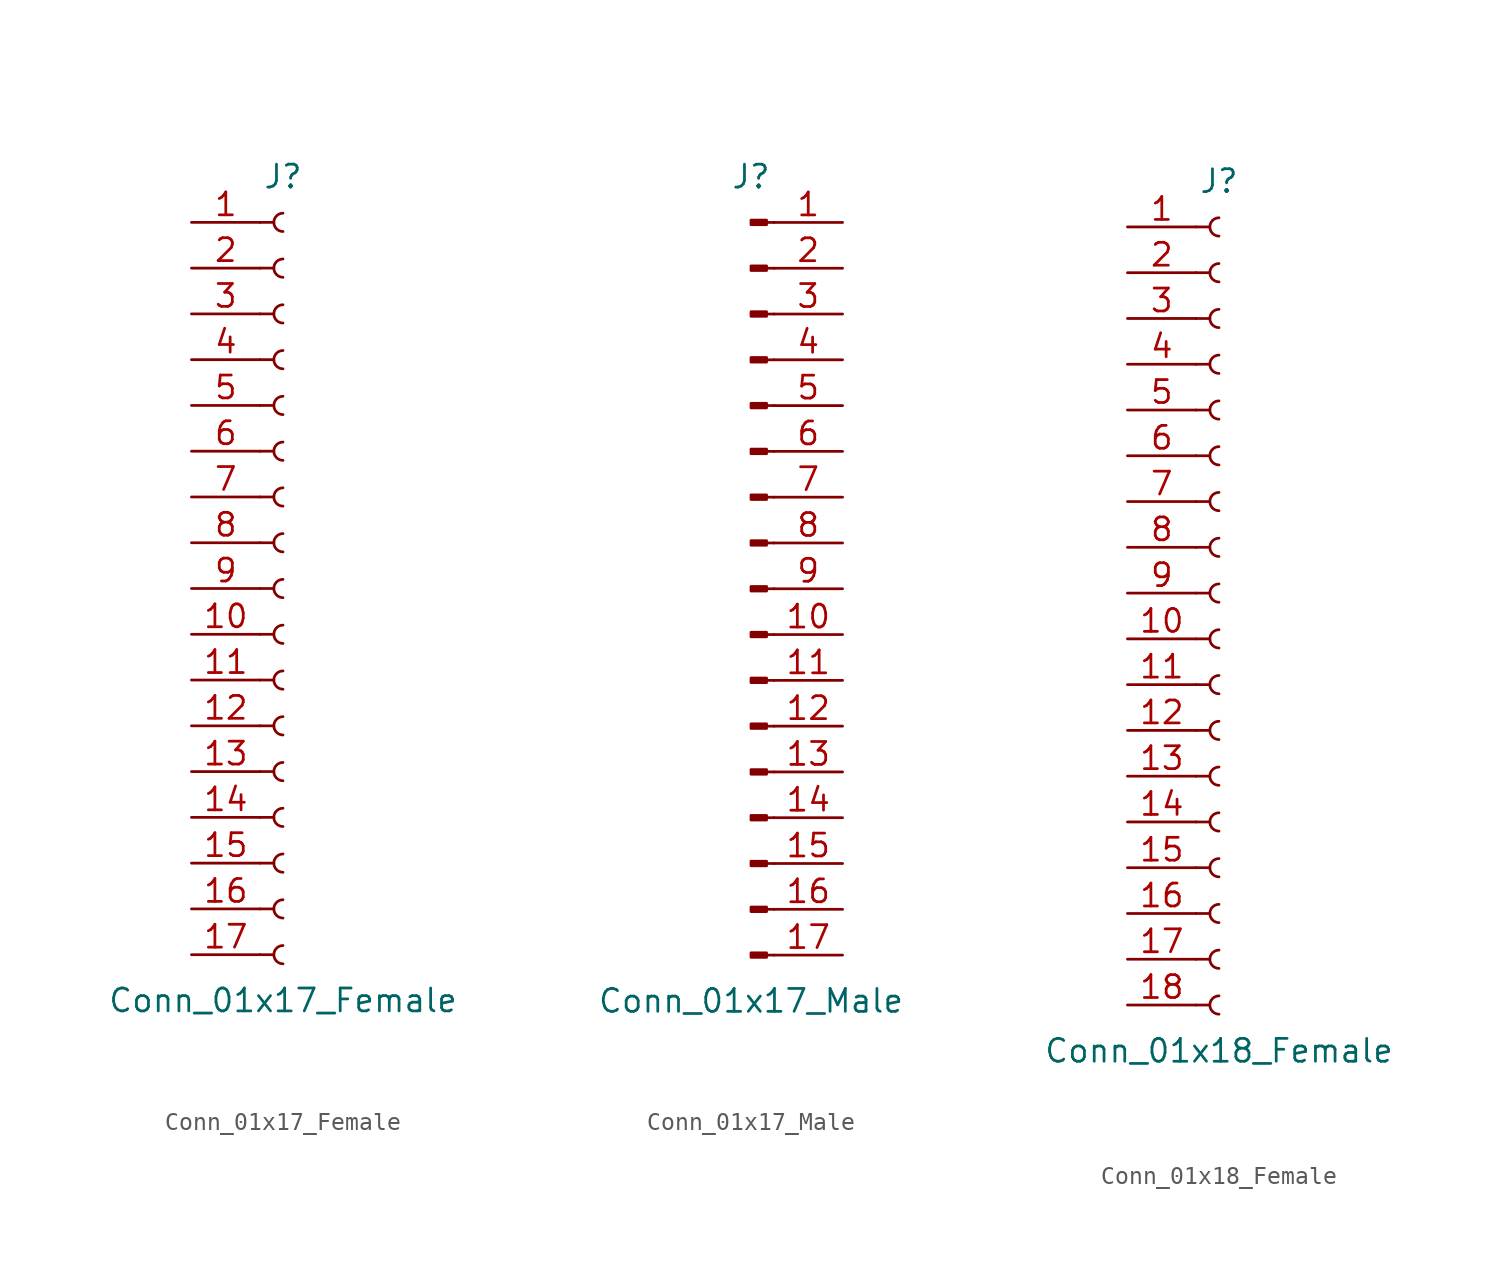
<source format=kicad_sym>
(kicad_symbol_lib
  (version 20201005)
  (generator kicad_symbol_editor)
  (symbol "Connector:Conn_01x17_Female"
    (pin_names
      (offset 1.016) hide)
    (property "Reference" "J"
      (at 0 22.86 0)
      (effects (font (size 1.27 1.27))))
    (property "Value" "Conn_01x17_Female"
      (at 0 -22.86 0)
      (effects (font (size 1.27 1.27))))
    (symbol "Conn_01x17_Female_1_1"
      (arc (start 0 -19.812) (end 0 -20.828) (radius (at 0 -20.32) (length 0.508) (angles 90.1 -90.1)) (stroke (width 0.1524)) (fill (type none)))
      (arc (start 0 -17.272) (end 0 -18.288) (radius (at 0 -17.78) (length 0.508) (angles 90.1 -90.1)) (stroke (width 0.1524)) (fill (type none)))
      (arc (start 0 -14.732) (end 0 -15.748) (radius (at 0 -15.24) (length 0.508) (angles 90.1 -90.1)) (stroke (width 0.1524)) (fill (type none)))
      (arc (start 0 -12.192) (end 0 -13.208) (radius (at 0 -12.7) (length 0.508) (angles 90.1 -90.1)) (stroke (width 0.1524)) (fill (type none)))
      (arc (start 0 -9.652) (end 0 -10.668) (radius (at 0 -10.16) (length 0.508) (angles 90.1 -90.1)) (stroke (width 0.1524)) (fill (type none)))
      (arc (start 0 -7.112) (end 0 -8.128) (radius (at 0 -7.62) (length 0.508) (angles 90.1 -90.1)) (stroke (width 0.1524)) (fill (type none)))
      (arc (start 0 -4.572) (end 0 -5.588) (radius (at 0 -5.08) (length 0.508) (angles 90.1 -90.1)) (stroke (width 0.1524)) (fill (type none)))
      (arc (start 0 -2.032) (end 0 -3.048) (radius (at 0 -2.54) (length 0.508) (angles 90.1 -90.1)) (stroke (width 0.1524)) (fill (type none)))
      (arc (start 0 0.508) (end 0 -0.508) (radius (at 0 0) (length 0.508) (angles 90.1 -90.1)) (stroke (width 0.1524)) (fill (type none)))
      (arc (start 0 3.048) (end 0 2.032) (radius (at 0 2.54) (length 0.508) (angles 90.1 -90.1)) (stroke (width 0.1524)) (fill (type none)))
      (arc (start 0 5.588) (end 0 4.572) (radius (at 0 5.08) (length 0.508) (angles 90.1 -90.1)) (stroke (width 0.1524)) (fill (type none)))
      (arc (start 0 8.128) (end 0 7.112) (radius (at 0 7.62) (length 0.508) (angles 90.1 -90.1)) (stroke (width 0.1524)) (fill (type none)))
      (arc (start 0 10.668) (end 0 9.652) (radius (at 0 10.16) (length 0.508) (angles 90.1 -90.1)) (stroke (width 0.1524)) (fill (type none)))
      (arc (start 0 13.208) (end 0 12.192) (radius (at 0 12.7) (length 0.508) (angles 90.1 -90.1)) (stroke (width 0.1524)) (fill (type none)))
      (arc (start 0 15.748) (end 0 14.732) (radius (at 0 15.24) (length 0.508) (angles 90.1 -90.1)) (stroke (width 0.1524)) (fill (type none)))
      (arc (start 0 18.288) (end 0 17.272) (radius (at 0 17.78) (length 0.508) (angles 90.1 -90.1)) (stroke (width 0.1524)) (fill (type none)))
      (arc (start 0 20.828) (end 0 19.812) (radius (at 0 20.32) (length 0.508) (angles 90.1 -90.1)) (stroke (width 0.1524)) (fill (type none)))
      (polyline (pts (xy -1.27 -20.32) (xy -0.508 -20.32)) (stroke (width 0.152)) (fill (type none)))
      (polyline (pts (xy -1.27 -17.78) (xy -0.508 -17.78)) (stroke (width 0.152)) (fill (type none)))
      (polyline (pts (xy -1.27 -15.24) (xy -0.508 -15.24)) (stroke (width 0.152)) (fill (type none)))
      (polyline (pts (xy -1.27 -12.7) (xy -0.508 -12.7)) (stroke (width 0.152)) (fill (type none)))
      (polyline (pts (xy -1.27 -10.16) (xy -0.508 -10.16)) (stroke (width 0.152)) (fill (type none)))
      (polyline (pts (xy -1.27 -7.62) (xy -0.508 -7.62)) (stroke (width 0.152)) (fill (type none)))
      (polyline (pts (xy -1.27 -5.08) (xy -0.508 -5.08)) (stroke (width 0.152)) (fill (type none)))
      (polyline (pts (xy -1.27 -2.54) (xy -0.508 -2.54)) (stroke (width 0.152)) (fill (type none)))
      (polyline (pts (xy -1.27 0) (xy -0.508 0)) (stroke (width 0.152)) (fill (type none)))
      (polyline (pts (xy -1.27 2.54) (xy -0.508 2.54)) (stroke (width 0.152)) (fill (type none)))
      (polyline (pts (xy -1.27 5.08) (xy -0.508 5.08)) (stroke (width 0.152)) (fill (type none)))
      (polyline (pts (xy -1.27 7.62) (xy -0.508 7.62)) (stroke (width 0.152)) (fill (type none)))
      (polyline (pts (xy -1.27 10.16) (xy -0.508 10.16)) (stroke (width 0.152)) (fill (type none)))
      (polyline (pts (xy -1.27 12.7) (xy -0.508 12.7)) (stroke (width 0.152)) (fill (type none)))
      (polyline (pts (xy -1.27 15.24) (xy -0.508 15.24)) (stroke (width 0.152)) (fill (type none)))
      (polyline (pts (xy -1.27 17.78) (xy -0.508 17.78)) (stroke (width 0.152)) (fill (type none)))
      (polyline (pts (xy -1.27 20.32) (xy -0.508 20.32)) (stroke (width 0.152)) (fill (type none)))
      (pin passive line (at -5.08 20.32 0) (length 3.81) (name "Pin_1" (effects (font (size 1.27 1.27)))) (number "1" (effects (font (size 1.27 1.27)))))
      (pin passive line (at -5.08 -2.54 0) (length 3.81) (name "Pin_10" (effects (font (size 1.27 1.27)))) (number "10" (effects (font (size 1.27 1.27)))))
      (pin passive line (at -5.08 -5.08 0) (length 3.81) (name "Pin_11" (effects (font (size 1.27 1.27)))) (number "11" (effects (font (size 1.27 1.27)))))
      (pin passive line (at -5.08 -7.62 0) (length 3.81) (name "Pin_12" (effects (font (size 1.27 1.27)))) (number "12" (effects (font (size 1.27 1.27)))))
      (pin passive line (at -5.08 -10.16 0) (length 3.81) (name "Pin_13" (effects (font (size 1.27 1.27)))) (number "13" (effects (font (size 1.27 1.27)))))
      (pin passive line (at -5.08 -12.7 0) (length 3.81) (name "Pin_14" (effects (font (size 1.27 1.27)))) (number "14" (effects (font (size 1.27 1.27)))))
      (pin passive line (at -5.08 -15.24 0) (length 3.81) (name "Pin_15" (effects (font (size 1.27 1.27)))) (number "15" (effects (font (size 1.27 1.27)))))
      (pin passive line (at -5.08 -17.78 0) (length 3.81) (name "Pin_16" (effects (font (size 1.27 1.27)))) (number "16" (effects (font (size 1.27 1.27)))))
      (pin passive line (at -5.08 -20.32 0) (length 3.81) (name "Pin_17" (effects (font (size 1.27 1.27)))) (number "17" (effects (font (size 1.27 1.27)))))
      (pin passive line (at -5.08 17.78 0) (length 3.81) (name "Pin_2" (effects (font (size 1.27 1.27)))) (number "2" (effects (font (size 1.27 1.27)))))
      (pin passive line (at -5.08 15.24 0) (length 3.81) (name "Pin_3" (effects (font (size 1.27 1.27)))) (number "3" (effects (font (size 1.27 1.27)))))
      (pin passive line (at -5.08 12.7 0) (length 3.81) (name "Pin_4" (effects (font (size 1.27 1.27)))) (number "4" (effects (font (size 1.27 1.27)))))
      (pin passive line (at -5.08 10.16 0) (length 3.81) (name "Pin_5" (effects (font (size 1.27 1.27)))) (number "5" (effects (font (size 1.27 1.27)))))
      (pin passive line (at -5.08 7.62 0) (length 3.81) (name "Pin_6" (effects (font (size 1.27 1.27)))) (number "6" (effects (font (size 1.27 1.27)))))
      (pin passive line (at -5.08 5.08 0) (length 3.81) (name "Pin_7" (effects (font (size 1.27 1.27)))) (number "7" (effects (font (size 1.27 1.27)))))
      (pin passive line (at -5.08 2.54 0) (length 3.81) (name "Pin_8" (effects (font (size 1.27 1.27)))) (number "8" (effects (font (size 1.27 1.27)))))
      (pin passive line (at -5.08 0 0) (length 3.81) (name "Pin_9" (effects (font (size 1.27 1.27)))) (number "9" (effects (font (size 1.27 1.27)))))))
  (symbol "Connector:Conn_01x17_Male"
    (pin_names
      (offset 1.016) hide)
    (property "Reference" "J"
      (at 0 22.86 0)
      (effects (font (size 1.27 1.27))))
    (property "Value" "Conn_01x17_Male"
      (at 0 -22.86 0)
      (effects (font (size 1.27 1.27))))
    (symbol "Conn_01x17_Male_1_1"
      (rectangle (start 0.864 -20.193) (end 0 -20.447) (stroke (width 0.152)) (fill (type outline)))
      (rectangle (start 0.864 -17.653) (end 0 -17.907) (stroke (width 0.152)) (fill (type outline)))
      (rectangle (start 0.864 -15.113) (end 0 -15.367) (stroke (width 0.152)) (fill (type outline)))
      (rectangle (start 0.864 -12.573) (end 0 -12.827) (stroke (width 0.152)) (fill (type outline)))
      (rectangle (start 0.864 -10.033) (end 0 -10.287) (stroke (width 0.152)) (fill (type outline)))
      (rectangle (start 0.864 -7.493) (end 0 -7.747) (stroke (width 0.152)) (fill (type outline)))
      (rectangle (start 0.864 -4.953) (end 0 -5.207) (stroke (width 0.152)) (fill (type outline)))
      (rectangle (start 0.864 -2.413) (end 0 -2.667) (stroke (width 0.152)) (fill (type outline)))
      (rectangle (start 0.864 0.127) (end 0 -0.127) (stroke (width 0.152)) (fill (type outline)))
      (rectangle (start 0.864 2.667) (end 0 2.413) (stroke (width 0.152)) (fill (type outline)))
      (rectangle (start 0.864 5.207) (end 0 4.953) (stroke (width 0.152)) (fill (type outline)))
      (rectangle (start 0.864 7.747) (end 0 7.493) (stroke (width 0.152)) (fill (type outline)))
      (rectangle (start 0.864 10.287) (end 0 10.033) (stroke (width 0.152)) (fill (type outline)))
      (rectangle (start 0.864 12.827) (end 0 12.573) (stroke (width 0.152)) (fill (type outline)))
      (rectangle (start 0.864 15.367) (end 0 15.113) (stroke (width 0.152)) (fill (type outline)))
      (rectangle (start 0.864 17.907) (end 0 17.653) (stroke (width 0.152)) (fill (type outline)))
      (rectangle (start 0.864 20.447) (end 0 20.193) (stroke (width 0.152)) (fill (type outline)))
      (polyline (pts (xy 1.27 -20.32) (xy 0.864 -20.32)) (stroke (width 0.152)) (fill (type none)))
      (polyline (pts (xy 1.27 -17.78) (xy 0.864 -17.78)) (stroke (width 0.152)) (fill (type none)))
      (polyline (pts (xy 1.27 -15.24) (xy 0.864 -15.24)) (stroke (width 0.152)) (fill (type none)))
      (polyline (pts (xy 1.27 -12.7) (xy 0.864 -12.7)) (stroke (width 0.152)) (fill (type none)))
      (polyline (pts (xy 1.27 -10.16) (xy 0.864 -10.16)) (stroke (width 0.152)) (fill (type none)))
      (polyline (pts (xy 1.27 -7.62) (xy 0.864 -7.62)) (stroke (width 0.152)) (fill (type none)))
      (polyline (pts (xy 1.27 -5.08) (xy 0.864 -5.08)) (stroke (width 0.152)) (fill (type none)))
      (polyline (pts (xy 1.27 -2.54) (xy 0.864 -2.54)) (stroke (width 0.152)) (fill (type none)))
      (polyline (pts (xy 1.27 0) (xy 0.864 0)) (stroke (width 0.152)) (fill (type none)))
      (polyline (pts (xy 1.27 2.54) (xy 0.864 2.54)) (stroke (width 0.152)) (fill (type none)))
      (polyline (pts (xy 1.27 5.08) (xy 0.864 5.08)) (stroke (width 0.152)) (fill (type none)))
      (polyline (pts (xy 1.27 7.62) (xy 0.864 7.62)) (stroke (width 0.152)) (fill (type none)))
      (polyline (pts (xy 1.27 10.16) (xy 0.864 10.16)) (stroke (width 0.152)) (fill (type none)))
      (polyline (pts (xy 1.27 12.7) (xy 0.864 12.7)) (stroke (width 0.152)) (fill (type none)))
      (polyline (pts (xy 1.27 15.24) (xy 0.864 15.24)) (stroke (width 0.152)) (fill (type none)))
      (polyline (pts (xy 1.27 17.78) (xy 0.864 17.78)) (stroke (width 0.152)) (fill (type none)))
      (polyline (pts (xy 1.27 20.32) (xy 0.864 20.32)) (stroke (width 0.152)) (fill (type none)))
      (pin passive line (at 5.08 20.32 180) (length 3.81) (name "Pin_1" (effects (font (size 1.27 1.27)))) (number "1" (effects (font (size 1.27 1.27)))))
      (pin passive line (at 5.08 -2.54 180) (length 3.81) (name "Pin_10" (effects (font (size 1.27 1.27)))) (number "10" (effects (font (size 1.27 1.27)))))
      (pin passive line (at 5.08 -5.08 180) (length 3.81) (name "Pin_11" (effects (font (size 1.27 1.27)))) (number "11" (effects (font (size 1.27 1.27)))))
      (pin passive line (at 5.08 -7.62 180) (length 3.81) (name "Pin_12" (effects (font (size 1.27 1.27)))) (number "12" (effects (font (size 1.27 1.27)))))
      (pin passive line (at 5.08 -10.16 180) (length 3.81) (name "Pin_13" (effects (font (size 1.27 1.27)))) (number "13" (effects (font (size 1.27 1.27)))))
      (pin passive line (at 5.08 -12.7 180) (length 3.81) (name "Pin_14" (effects (font (size 1.27 1.27)))) (number "14" (effects (font (size 1.27 1.27)))))
      (pin passive line (at 5.08 -15.24 180) (length 3.81) (name "Pin_15" (effects (font (size 1.27 1.27)))) (number "15" (effects (font (size 1.27 1.27)))))
      (pin passive line (at 5.08 -17.78 180) (length 3.81) (name "Pin_16" (effects (font (size 1.27 1.27)))) (number "16" (effects (font (size 1.27 1.27)))))
      (pin passive line (at 5.08 -20.32 180) (length 3.81) (name "Pin_17" (effects (font (size 1.27 1.27)))) (number "17" (effects (font (size 1.27 1.27)))))
      (pin passive line (at 5.08 17.78 180) (length 3.81) (name "Pin_2" (effects (font (size 1.27 1.27)))) (number "2" (effects (font (size 1.27 1.27)))))
      (pin passive line (at 5.08 15.24 180) (length 3.81) (name "Pin_3" (effects (font (size 1.27 1.27)))) (number "3" (effects (font (size 1.27 1.27)))))
      (pin passive line (at 5.08 12.7 180) (length 3.81) (name "Pin_4" (effects (font (size 1.27 1.27)))) (number "4" (effects (font (size 1.27 1.27)))))
      (pin passive line (at 5.08 10.16 180) (length 3.81) (name "Pin_5" (effects (font (size 1.27 1.27)))) (number "5" (effects (font (size 1.27 1.27)))))
      (pin passive line (at 5.08 7.62 180) (length 3.81) (name "Pin_6" (effects (font (size 1.27 1.27)))) (number "6" (effects (font (size 1.27 1.27)))))
      (pin passive line (at 5.08 5.08 180) (length 3.81) (name "Pin_7" (effects (font (size 1.27 1.27)))) (number "7" (effects (font (size 1.27 1.27)))))
      (pin passive line (at 5.08 2.54 180) (length 3.81) (name "Pin_8" (effects (font (size 1.27 1.27)))) (number "8" (effects (font (size 1.27 1.27)))))
      (pin passive line (at 5.08 0 180) (length 3.81) (name "Pin_9" (effects (font (size 1.27 1.27)))) (number "9" (effects (font (size 1.27 1.27)))))))
  (symbol "Connector:Conn_01x18_Female"
    (pin_names
      (offset 1.016) hide)
    (property "Reference" "J"
      (at 0 22.86 0)
      (effects (font (size 1.27 1.27))))
    (property "Value" "Conn_01x18_Female"
      (at 0 -25.4 0)
      (effects (font (size 1.27 1.27))))
    (symbol "Conn_01x18_Female_1_1"
      (arc (start 0 -22.352) (end 0 -23.368) (radius (at 0 -22.86) (length 0.508) (angles 90.1 -90.1)) (stroke (width 0.1524)) (fill (type none)))
      (arc (start 0 -19.812) (end 0 -20.828) (radius (at 0 -20.32) (length 0.508) (angles 90.1 -90.1)) (stroke (width 0.1524)) (fill (type none)))
      (arc (start 0 -17.272) (end 0 -18.288) (radius (at 0 -17.78) (length 0.508) (angles 90.1 -90.1)) (stroke (width 0.1524)) (fill (type none)))
      (arc (start 0 -14.732) (end 0 -15.748) (radius (at 0 -15.24) (length 0.508) (angles 90.1 -90.1)) (stroke (width 0.1524)) (fill (type none)))
      (arc (start 0 -12.192) (end 0 -13.208) (radius (at 0 -12.7) (length 0.508) (angles 90.1 -90.1)) (stroke (width 0.1524)) (fill (type none)))
      (arc (start 0 -9.652) (end 0 -10.668) (radius (at 0 -10.16) (length 0.508) (angles 90.1 -90.1)) (stroke (width 0.1524)) (fill (type none)))
      (arc (start 0 -7.112) (end 0 -8.128) (radius (at 0 -7.62) (length 0.508) (angles 90.1 -90.1)) (stroke (width 0.1524)) (fill (type none)))
      (arc (start 0 -4.572) (end 0 -5.588) (radius (at 0 -5.08) (length 0.508) (angles 90.1 -90.1)) (stroke (width 0.1524)) (fill (type none)))
      (arc (start 0 -2.032) (end 0 -3.048) (radius (at 0 -2.54) (length 0.508) (angles 90.1 -90.1)) (stroke (width 0.1524)) (fill (type none)))
      (arc (start 0 0.508) (end 0 -0.508) (radius (at 0 0) (length 0.508) (angles 90.1 -90.1)) (stroke (width 0.1524)) (fill (type none)))
      (arc (start 0 3.048) (end 0 2.032) (radius (at 0 2.54) (length 0.508) (angles 90.1 -90.1)) (stroke (width 0.1524)) (fill (type none)))
      (arc (start 0 5.588) (end 0 4.572) (radius (at 0 5.08) (length 0.508) (angles 90.1 -90.1)) (stroke (width 0.1524)) (fill (type none)))
      (arc (start 0 8.128) (end 0 7.112) (radius (at 0 7.62) (length 0.508) (angles 90.1 -90.1)) (stroke (width 0.1524)) (fill (type none)))
      (arc (start 0 10.668) (end 0 9.652) (radius (at 0 10.16) (length 0.508) (angles 90.1 -90.1)) (stroke (width 0.1524)) (fill (type none)))
      (arc (start 0 13.208) (end 0 12.192) (radius (at 0 12.7) (length 0.508) (angles 90.1 -90.1)) (stroke (width 0.1524)) (fill (type none)))
      (arc (start 0 15.748) (end 0 14.732) (radius (at 0 15.24) (length 0.508) (angles 90.1 -90.1)) (stroke (width 0.1524)) (fill (type none)))
      (arc (start 0 18.288) (end 0 17.272) (radius (at 0 17.78) (length 0.508) (angles 90.1 -90.1)) (stroke (width 0.1524)) (fill (type none)))
      (arc (start 0 20.828) (end 0 19.812) (radius (at 0 20.32) (length 0.508) (angles 90.1 -90.1)) (stroke (width 0.1524)) (fill (type none)))
      (polyline (pts (xy -1.27 -22.86) (xy -0.508 -22.86)) (stroke (width 0.152)) (fill (type none)))
      (polyline (pts (xy -1.27 -20.32) (xy -0.508 -20.32)) (stroke (width 0.152)) (fill (type none)))
      (polyline (pts (xy -1.27 -17.78) (xy -0.508 -17.78)) (stroke (width 0.152)) (fill (type none)))
      (polyline (pts (xy -1.27 -15.24) (xy -0.508 -15.24)) (stroke (width 0.152)) (fill (type none)))
      (polyline (pts (xy -1.27 -12.7) (xy -0.508 -12.7)) (stroke (width 0.152)) (fill (type none)))
      (polyline (pts (xy -1.27 -10.16) (xy -0.508 -10.16)) (stroke (width 0.152)) (fill (type none)))
      (polyline (pts (xy -1.27 -7.62) (xy -0.508 -7.62)) (stroke (width 0.152)) (fill (type none)))
      (polyline (pts (xy -1.27 -5.08) (xy -0.508 -5.08)) (stroke (width 0.152)) (fill (type none)))
      (polyline (pts (xy -1.27 -2.54) (xy -0.508 -2.54)) (stroke (width 0.152)) (fill (type none)))
      (polyline (pts (xy -1.27 0) (xy -0.508 0)) (stroke (width 0.152)) (fill (type none)))
      (polyline (pts (xy -1.27 2.54) (xy -0.508 2.54)) (stroke (width 0.152)) (fill (type none)))
      (polyline (pts (xy -1.27 5.08) (xy -0.508 5.08)) (stroke (width 0.152)) (fill (type none)))
      (polyline (pts (xy -1.27 7.62) (xy -0.508 7.62)) (stroke (width 0.152)) (fill (type none)))
      (polyline (pts (xy -1.27 10.16) (xy -0.508 10.16)) (stroke (width 0.152)) (fill (type none)))
      (polyline (pts (xy -1.27 12.7) (xy -0.508 12.7)) (stroke (width 0.152)) (fill (type none)))
      (polyline (pts (xy -1.27 15.24) (xy -0.508 15.24)) (stroke (width 0.152)) (fill (type none)))
      (polyline (pts (xy -1.27 17.78) (xy -0.508 17.78)) (stroke (width 0.152)) (fill (type none)))
      (polyline (pts (xy -1.27 20.32) (xy -0.508 20.32)) (stroke (width 0.152)) (fill (type none)))
      (pin passive line (at -5.08 20.32 0) (length 3.81) (name "Pin_1" (effects (font (size 1.27 1.27)))) (number "1" (effects (font (size 1.27 1.27)))))
      (pin passive line (at -5.08 -2.54 0) (length 3.81) (name "Pin_10" (effects (font (size 1.27 1.27)))) (number "10" (effects (font (size 1.27 1.27)))))
      (pin passive line (at -5.08 -5.08 0) (length 3.81) (name "Pin_11" (effects (font (size 1.27 1.27)))) (number "11" (effects (font (size 1.27 1.27)))))
      (pin passive line (at -5.08 -7.62 0) (length 3.81) (name "Pin_12" (effects (font (size 1.27 1.27)))) (number "12" (effects (font (size 1.27 1.27)))))
      (pin passive line (at -5.08 -10.16 0) (length 3.81) (name "Pin_13" (effects (font (size 1.27 1.27)))) (number "13" (effects (font (size 1.27 1.27)))))
      (pin passive line (at -5.08 -12.7 0) (length 3.81) (name "Pin_14" (effects (font (size 1.27 1.27)))) (number "14" (effects (font (size 1.27 1.27)))))
      (pin passive line (at -5.08 -15.24 0) (length 3.81) (name "Pin_15" (effects (font (size 1.27 1.27)))) (number "15" (effects (font (size 1.27 1.27)))))
      (pin passive line (at -5.08 -17.78 0) (length 3.81) (name "Pin_16" (effects (font (size 1.27 1.27)))) (number "16" (effects (font (size 1.27 1.27)))))
      (pin passive line (at -5.08 -20.32 0) (length 3.81) (name "Pin_17" (effects (font (size 1.27 1.27)))) (number "17" (effects (font (size 1.27 1.27)))))
      (pin passive line (at -5.08 -22.86 0) (length 3.81) (name "Pin_18" (effects (font (size 1.27 1.27)))) (number "18" (effects (font (size 1.27 1.27)))))
      (pin passive line (at -5.08 17.78 0) (length 3.81) (name "Pin_2" (effects (font (size 1.27 1.27)))) (number "2" (effects (font (size 1.27 1.27)))))
      (pin passive line (at -5.08 15.24 0) (length 3.81) (name "Pin_3" (effects (font (size 1.27 1.27)))) (number "3" (effects (font (size 1.27 1.27)))))
      (pin passive line (at -5.08 12.7 0) (length 3.81) (name "Pin_4" (effects (font (size 1.27 1.27)))) (number "4" (effects (font (size 1.27 1.27)))))
      (pin passive line (at -5.08 10.16 0) (length 3.81) (name "Pin_5" (effects (font (size 1.27 1.27)))) (number "5" (effects (font (size 1.27 1.27)))))
      (pin passive line (at -5.08 7.62 0) (length 3.81) (name "Pin_6" (effects (font (size 1.27 1.27)))) (number "6" (effects (font (size 1.27 1.27)))))
      (pin passive line (at -5.08 5.08 0) (length 3.81) (name "Pin_7" (effects (font (size 1.27 1.27)))) (number "7" (effects (font (size 1.27 1.27)))))
      (pin passive line (at -5.08 2.54 0) (length 3.81) (name "Pin_8" (effects (font (size 1.27 1.27)))) (number "8" (effects (font (size 1.27 1.27)))))
      (pin passive line (at -5.08 0 0) (length 3.81) (name "Pin_9" (effects (font (size 1.27 1.27)))) (number "9" (effects (font (size 1.27 1.27))))))))
</source>
